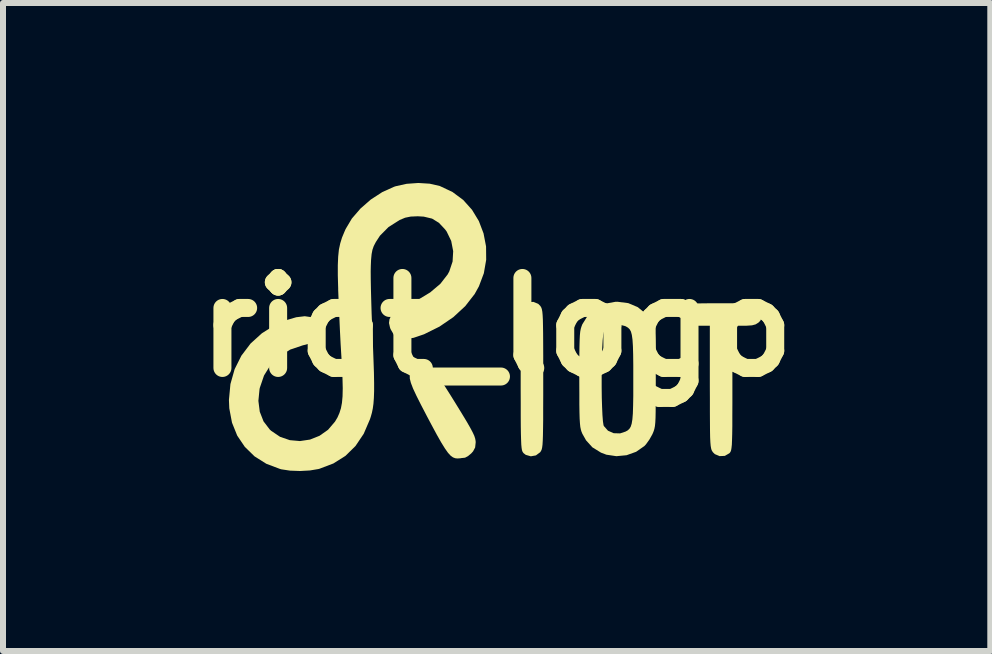
<source format=kicad_pcb>
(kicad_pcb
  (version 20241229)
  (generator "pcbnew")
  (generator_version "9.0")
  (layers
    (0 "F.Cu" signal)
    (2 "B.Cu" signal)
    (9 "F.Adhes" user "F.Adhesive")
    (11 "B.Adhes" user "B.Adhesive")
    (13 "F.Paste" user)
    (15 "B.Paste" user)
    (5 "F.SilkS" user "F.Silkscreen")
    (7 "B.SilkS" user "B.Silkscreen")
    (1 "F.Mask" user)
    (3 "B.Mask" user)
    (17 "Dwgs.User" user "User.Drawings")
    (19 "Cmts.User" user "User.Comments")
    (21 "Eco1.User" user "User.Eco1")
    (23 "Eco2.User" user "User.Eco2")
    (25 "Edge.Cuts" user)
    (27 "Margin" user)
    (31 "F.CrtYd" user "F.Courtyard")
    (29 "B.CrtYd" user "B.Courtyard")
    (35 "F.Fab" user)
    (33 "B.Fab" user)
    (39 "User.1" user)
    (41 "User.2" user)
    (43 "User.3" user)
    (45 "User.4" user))
  (footprint "riot_logo"
    (layer "F.Cu")
    (at 5.229 2.405)
    (property "Reference" "riot_logo" (at 0 0 0) (layer "F.SilkS") (effects (font (size 1.5 1.5) (thickness 0.3))))
    (attr board_only exclude_from_pos_files exclude_from_bom)
    (fp_poly (pts (xy -1.119 0.644) (xy -1.08 0.669) (xy -1.053 0.701) (xy -1.004 0.771) (xy -0.938 0.87) (xy -0.858 0.993) (xy -0.768 1.135) (xy -0.689 1.262) (xy -0.584 1.433) (xy -0.503 1.567) (xy -0.443 1.671) (xy -0.401 1.75) (xy -0.373 1.81) (xy -0.358 1.857) (xy -0.351 1.897) (xy -0.35 1.92) (xy -0.359 2.004) (xy -0.393 2.068) (xy -0.423 2.102) (xy -0.478 2.148) (xy -0.525 2.173) (xy -0.534 2.175) (xy -0.591 2.181) (xy -0.605 2.184) (xy -0.656 2.187) (xy -0.691 2.183) (xy -0.728 2.169) (xy -0.767 2.141) (xy -0.811 2.093) (xy -0.862 2.021) (xy -0.924 1.921) (xy -1 1.787) (xy -1.092 1.616) (xy -1.161 1.486) (xy -1.261 1.294) (xy -1.338 1.141) (xy -1.394 1.021) (xy -1.43 0.927) (xy -1.448 0.856) (xy -1.449 0.8) (xy -1.436 0.755) (xy -1.409 0.716) (xy -1.385 0.691) (xy -1.304 0.64) (xy -1.209 0.624)) (stroke (width 0) (type solid)) (fill yes) (layer "F.SilkS"))
    (fp_poly (pts (xy 0.693 -0.39) (xy 0.724 -0.359) (xy 0.736 -0.342) (xy 0.746 -0.323) (xy 0.754 -0.296) (xy 0.761 -0.258) (xy 0.766 -0.203) (xy 0.77 -0.128) (xy 0.772 -0.028) (xy 0.774 0.103) (xy 0.775 0.267) (xy 0.776 0.47) (xy 0.776 0.716) (xy 0.776 0.862) (xy 0.776 1.133) (xy 0.775 1.358) (xy 0.775 1.542) (xy 0.773 1.689) (xy 0.771 1.804) (xy 0.768 1.892) (xy 0.764 1.957) (xy 0.758 2.003) (xy 0.751 2.035) (xy 0.741 2.058) (xy 0.73 2.076) (xy 0.724 2.084) (xy 0.654 2.136) (xy 0.569 2.151) (xy 0.485 2.127) (xy 0.45 2.1) (xy 0.439 2.087) (xy 0.429 2.07) (xy 0.421 2.045) (xy 0.415 2.008) (xy 0.41 1.954) (xy 0.407 1.878) (xy 0.404 1.777) (xy 0.402 1.646) (xy 0.401 1.481) (xy 0.401 1.277) (xy 0.4 1.03) (xy 0.4 0.863) (xy 0.4 0.588) (xy 0.401 0.359) (xy 0.401 0.172) (xy 0.403 0.021) (xy 0.405 -0.097) (xy 0.408 -0.187) (xy 0.412 -0.253) (xy 0.417 -0.3) (xy 0.424 -0.332) (xy 0.433 -0.353) (xy 0.443 -0.368) (xy 0.45 -0.375) (xy 0.526 -0.419) (xy 0.613 -0.423)) (stroke (width 0) (type solid)) (fill yes) (layer "F.SilkS"))
    (fp_poly (pts (xy 3.939 -0.4) (xy 4.08 -0.399) (xy 4.185 -0.396) (xy 4.259 -0.392) (xy 4.309 -0.385) (xy 4.342 -0.376) (xy 4.365 -0.363) (xy 4.379 -0.35) (xy 4.423 -0.274) (xy 4.428 -0.188) (xy 4.394 -0.108) (xy 4.363 -0.077) (xy 4.316 -0.048) (xy 4.256 -0.032) (xy 4.168 -0.026) (xy 4.113 -0.025) (xy 3.929 -0.025) (xy 3.929 1.012) (xy 3.929 1.268) (xy 3.928 1.477) (xy 3.928 1.647) (xy 3.926 1.78) (xy 3.923 1.882) (xy 3.92 1.958) (xy 3.914 2.012) (xy 3.908 2.048) (xy 3.899 2.073) (xy 3.889 2.089) (xy 3.879 2.1) (xy 3.803 2.144) (xy 3.716 2.148) (xy 3.637 2.115) (xy 3.605 2.084) (xy 3.593 2.066) (xy 3.582 2.046) (xy 3.574 2.017) (xy 3.567 1.976) (xy 3.562 1.918) (xy 3.558 1.838) (xy 3.556 1.73) (xy 3.555 1.591) (xy 3.554 1.415) (xy 3.554 1.198) (xy 3.553 0.997) (xy 3.553 -0.025) (xy 3.382 -0.025) (xy 3.278 -0.029) (xy 3.207 -0.042) (xy 3.155 -0.069) (xy 3.144 -0.077) (xy 3.092 -0.147) (xy 3.077 -0.232) (xy 3.101 -0.315) (xy 3.128 -0.35) (xy 3.147 -0.366) (xy 3.171 -0.378) (xy 3.207 -0.387) (xy 3.262 -0.393) (xy 3.342 -0.397) (xy 3.454 -0.399) (xy 3.604 -0.4) (xy 3.754 -0.4)) (stroke (width 0) (type solid)) (fill yes) (layer "F.SilkS"))
    (fp_poly (pts (xy 2.194 -0.402) (xy 2.352 -0.335) (xy 2.484 -0.227) (xy 2.585 -0.082) (xy 2.601 -0.05) (xy 2.615 -0.016) (xy 2.626 0.02) (xy 2.635 0.064) (xy 2.641 0.123) (xy 2.646 0.201) (xy 2.649 0.305) (xy 2.651 0.441) (xy 2.651 0.614) (xy 2.652 0.83) (xy 2.652 0.863) (xy 2.652 1.084) (xy 2.651 1.261) (xy 2.65 1.4) (xy 2.648 1.507) (xy 2.644 1.587) (xy 2.638 1.647) (xy 2.629 1.692) (xy 2.618 1.729) (xy 2.604 1.764) (xy 2.593 1.788) (xy 2.545 1.873) (xy 2.489 1.951) (xy 2.462 1.98) (xy 2.324 2.076) (xy 2.165 2.133) (xy 1.995 2.149) (xy 1.828 2.124) (xy 1.739 2.09) (xy 1.596 2.002) (xy 1.49 1.885) (xy 1.428 1.775) (xy 1.414 1.741) (xy 1.403 1.705) (xy 1.394 1.661) (xy 1.388 1.603) (xy 1.383 1.524) (xy 1.38 1.421) (xy 1.378 1.285) (xy 1.378 1.112) (xy 1.377 0.896) (xy 1.377 0.863) (xy 1.377 0.825) (xy 1.75 0.825) (xy 1.75 1.002) (xy 1.752 1.173) (xy 1.757 1.329) (xy 1.763 1.463) (xy 1.771 1.567) (xy 1.781 1.632) (xy 1.787 1.647) (xy 1.855 1.724) (xy 1.95 1.766) (xy 2.057 1.769) (xy 2.148 1.739) (xy 2.184 1.719) (xy 2.212 1.693) (xy 2.234 1.658) (xy 2.25 1.608) (xy 2.262 1.536) (xy 2.27 1.438) (xy 2.274 1.308) (xy 2.277 1.141) (xy 2.277 0.931) (xy 2.277 0.86) (xy 2.277 0.636) (xy 2.275 0.456) (xy 2.271 0.315) (xy 2.264 0.207) (xy 2.253 0.128) (xy 2.238 0.072) (xy 2.216 0.033) (xy 2.189 0.007) (xy 2.154 -0.014) (xy 2.14 -0.02) (xy 2.031 -0.048) (xy 1.926 -0.035) (xy 1.838 0.015) (xy 1.787 0.079) (xy 1.776 0.125) (xy 1.767 0.214) (xy 1.76 0.336) (xy 1.754 0.484) (xy 1.751 0.65) (xy 1.75 0.825) (xy 1.377 0.825) (xy 1.378 0.64) (xy 1.378 0.461) (xy 1.38 0.321) (xy 1.383 0.213) (xy 1.387 0.132) (xy 1.393 0.071) (xy 1.402 0.025) (xy 1.413 -0.011) (xy 1.426 -0.045) (xy 1.428 -0.05) (xy 1.523 -0.202) (xy 1.649 -0.317) (xy 1.802 -0.392) (xy 1.978 -0.424) (xy 2.014 -0.425)) (stroke (width 0) (type solid)) (fill yes) (layer "F.SilkS"))
    (fp_poly (pts (xy -1.116 -2.393) (xy -0.949 -2.355) (xy -0.945 -2.353) (xy -0.737 -2.255) (xy -0.558 -2.122) (xy -0.411 -1.958) (xy -0.297 -1.77) (xy -0.219 -1.565) (xy -0.177 -1.347) (xy -0.175 -1.124) (xy -0.214 -0.9) (xy -0.296 -0.682) (xy -0.367 -0.554) (xy -0.524 -0.352) (xy -0.722 -0.169) (xy -0.953 -0.011) (xy -1.209 0.116) (xy -1.214 0.118) (xy -1.385 0.176) (xy -1.524 0.196) (xy -1.634 0.178) (xy -1.715 0.123) (xy -1.77 0.029) (xy -1.779 0.001) (xy -1.795 -0.071) (xy -1.787 -0.132) (xy -1.761 -0.191) (xy -1.719 -0.258) (xy -1.659 -0.303) (xy -1.589 -0.334) (xy -1.324 -0.451) (xy -1.108 -0.581) (xy -0.939 -0.724) (xy -0.817 -0.881) (xy -0.79 -0.931) (xy -0.735 -1.095) (xy -0.725 -1.268) (xy -0.758 -1.439) (xy -0.834 -1.596) (xy -0.859 -1.63) (xy -0.963 -1.741) (xy -1.077 -1.811) (xy -1.215 -1.844) (xy -1.315 -1.85) (xy -1.433 -1.845) (xy -1.526 -1.826) (xy -1.617 -1.788) (xy -1.617 -1.788) (xy -1.802 -1.671) (xy -1.945 -1.527) (xy -2.014 -1.421) (xy -2.049 -1.354) (xy -2.071 -1.291) (xy -2.085 -1.218) (xy -2.094 -1.121) (xy -2.098 -1.025) (xy -2.1 -0.933) (xy -2.099 -0.799) (xy -2.096 -0.633) (xy -2.091 -0.445) (xy -2.085 -0.241) (xy -2.077 -0.033) (xy -2.074 0.025) (xy -2.062 0.312) (xy -2.053 0.555) (xy -2.046 0.758) (xy -2.043 0.926) (xy -2.043 1.065) (xy -2.047 1.179) (xy -2.054 1.274) (xy -2.065 1.354) (xy -2.08 1.426) (xy -2.099 1.493) (xy -2.112 1.533) (xy -2.216 1.775) (xy -2.353 1.979) (xy -2.521 2.144) (xy -2.721 2.27) (xy -2.952 2.358) (xy -2.97 2.363) (xy -3.113 2.387) (xy -3.278 2.396) (xy -3.444 2.39) (xy -3.589 2.368) (xy -3.611 2.362) (xy -3.839 2.276) (xy -4.036 2.152) (xy -4.198 1.994) (xy -4.325 1.806) (xy -4.412 1.59) (xy -4.457 1.352) (xy -4.463 1.212) (xy -4.438 0.947) (xy -4.368 0.699) (xy -4.255 0.473) (xy -4.102 0.271) (xy -3.912 0.099) (xy -3.688 -0.041) (xy -3.51 -0.117) (xy -3.341 -0.167) (xy -3.199 -0.184) (xy -3.088 -0.168) (xy -3.02 -0.129) (xy -2.956 -0.043) (xy -2.941 0.051) (xy -2.963 0.135) (xy -2.993 0.193) (xy -3.033 0.234) (xy -3.095 0.264) (xy -3.192 0.292) (xy -3.228 0.3) (xy -3.441 0.372) (xy -3.621 0.482) (xy -3.768 0.627) (xy -3.878 0.804) (xy -3.949 1.012) (xy -3.953 1.033) (xy -3.972 1.227) (xy -3.949 1.408) (xy -3.886 1.569) (xy -3.783 1.704) (xy -3.759 1.726) (xy -3.611 1.826) (xy -3.448 1.882) (xy -3.279 1.897) (xy -3.111 1.872) (xy -2.953 1.809) (xy -2.811 1.709) (xy -2.695 1.573) (xy -2.653 1.502) (xy -2.621 1.429) (xy -2.596 1.35) (xy -2.579 1.26) (xy -2.569 1.151) (xy -2.566 1.017) (xy -2.57 0.851) (xy -2.58 0.645) (xy -2.588 0.496) (xy -2.601 0.283) (xy -2.613 0.047) (xy -2.624 -0.195) (xy -2.634 -0.425) (xy -2.642 -0.625) (xy -2.642 -0.65) (xy -2.648 -0.864) (xy -2.648 -1.036) (xy -2.642 -1.177) (xy -2.63 -1.294) (xy -2.608 -1.397) (xy -2.578 -1.495) (xy -2.536 -1.596) (xy -2.518 -1.637) (xy -2.414 -1.812) (xy -2.27 -1.979) (xy -2.098 -2.129) (xy -1.907 -2.253) (xy -1.71 -2.342) (xy -1.682 -2.351) (xy -1.501 -2.391) (xy -1.306 -2.405)) (stroke (width 0) (type solid)) (fill yes) (layer "F.SilkS")))
  (gr_rect
    (start -3 -3)
    (end 13.457 7.801)
    (stroke (width 0.1) (type default))
    (fill no)
    (layer "Edge.Cuts")))
</source>
